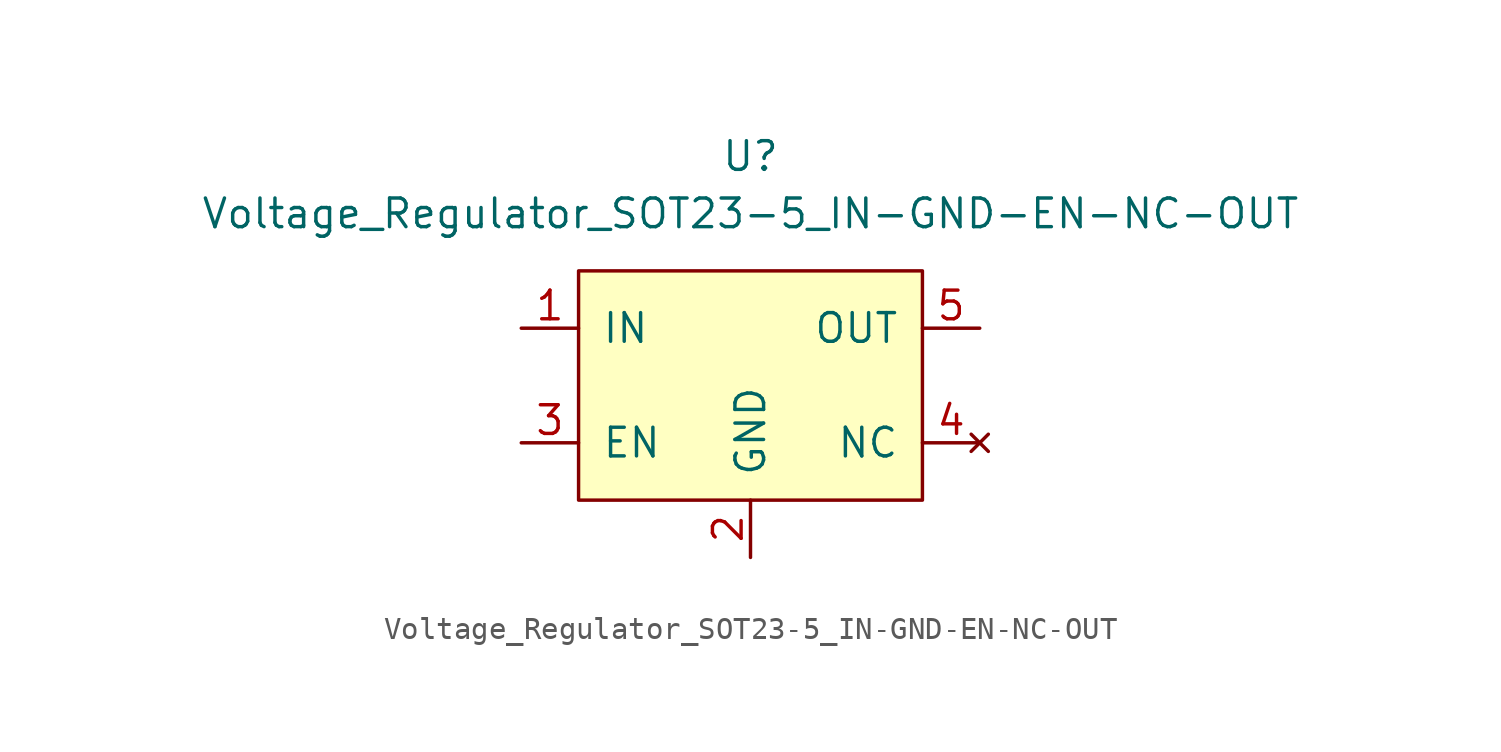
<source format=kicad_sym>
(kicad_symbol_lib
  (version 20211014)
  (generator kicad_symbol_editor)
  (symbol "Voltage_Regulator_SOT23-5_IN-GND-EN-NC-OUT"
    (pin_names
      (offset 1.016))
    (property "Reference" "U"
      (at 0 10.16 0)
      (effects (font (size 1.27 1.27))))
    (property "Value" "Voltage_Regulator_SOT23-5_IN-GND-EN-NC-OUT"
      (at 0 7.62 0)
      (effects (font (size 1.27 1.27))))
    (symbol "Voltage_Regulator_SOT23-5_IN-GND-EN-NC-OUT_0_0"
      (pin power_in line (at -10.16 2.54 0) (length 2.54) (name "IN" (effects (font (size 1.27 1.27)))) (number "1" (effects (font (size 1.27 1.27)))))
      (pin power_in line (at 0 -7.62 90) (length 2.54) (name "GND" (effects (font (size 1.27 1.27)))) (number "2" (effects (font (size 1.27 1.27)))))
      (pin input line (at -10.16 -2.54 0) (length 2.54) (name "EN" (effects (font (size 1.27 1.27)))) (number "3" (effects (font (size 1.27 1.27)))))
      (pin no_connect line (at 10.16 -2.54 180) (length 2.54) (name "NC" (effects (font (size 1.27 1.27)))) (number "4" (effects (font (size 1.27 1.27)))))
      (pin power_out line (at 10.16 2.54 180) (length 2.54) (name "OUT" (effects (font (size 1.27 1.27)))) (number "5" (effects (font (size 1.27 1.27))))))
    (symbol "Voltage_Regulator_SOT23-5_IN-GND-EN-NC-OUT_0_1"
      (rectangle (start -7.62 5.08) (end 7.62 -5.08) (stroke (width 0) (type default) (color 0 0 0 0)) (fill (type background))))))
</source>
